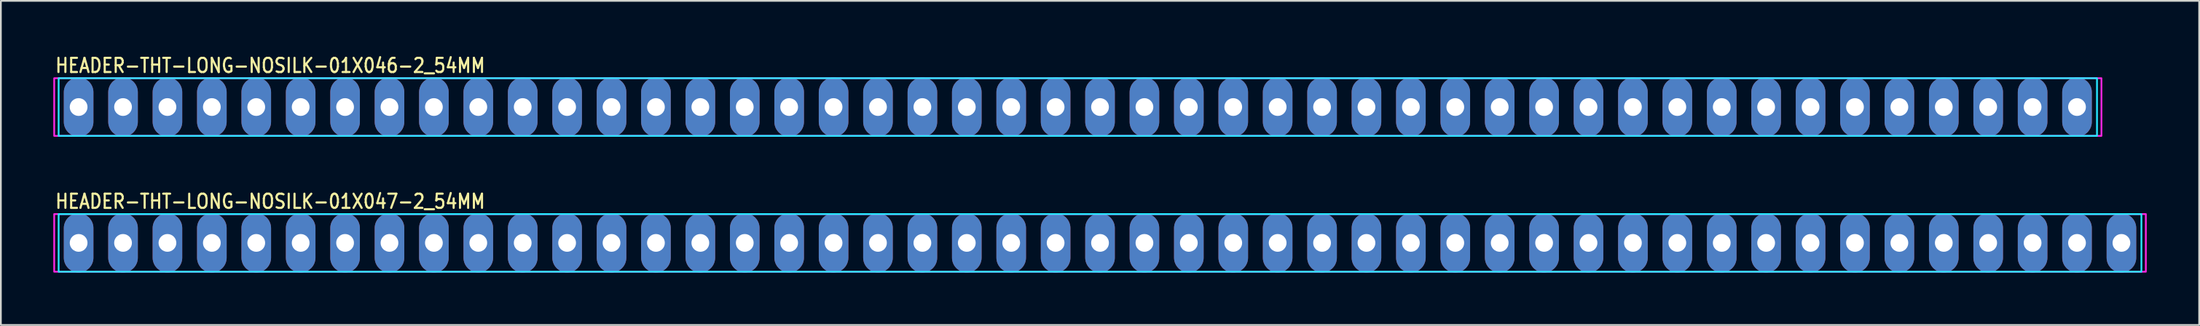
<source format=kicad_pcb>
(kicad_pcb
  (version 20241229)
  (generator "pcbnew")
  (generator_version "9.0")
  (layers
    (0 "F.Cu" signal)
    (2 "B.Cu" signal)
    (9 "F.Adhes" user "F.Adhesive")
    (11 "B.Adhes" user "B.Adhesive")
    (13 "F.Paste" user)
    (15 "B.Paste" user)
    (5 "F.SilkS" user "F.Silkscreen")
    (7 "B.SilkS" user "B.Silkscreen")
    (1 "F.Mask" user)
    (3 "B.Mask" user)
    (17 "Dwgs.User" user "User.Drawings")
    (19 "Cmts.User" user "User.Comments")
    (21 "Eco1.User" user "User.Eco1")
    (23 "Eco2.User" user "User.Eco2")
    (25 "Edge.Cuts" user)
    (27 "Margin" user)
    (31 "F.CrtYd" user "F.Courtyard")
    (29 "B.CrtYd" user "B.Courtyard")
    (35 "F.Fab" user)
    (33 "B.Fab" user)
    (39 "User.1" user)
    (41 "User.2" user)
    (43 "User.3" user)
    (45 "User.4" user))
  (footprint "HEADER-THT-LONG-NOSILK-01X046-2_54MM"
    (layer "F.Cu")
    (at 1.447 3.079)
    (property "Reference" "HEADER-THT-LONG-NOSILK-01X046-2_54MM" (at -1.4 -1.9 0) (unlocked yes) (layer "F.SilkS") (effects (font (size 0.813 0.695) (thickness 0.122)) (justify left bottom)))
    (fp_poly (pts (xy -1.143 -1.651) (xy 115.443 -1.651) (xy 115.443 1.651) (xy -1.143 1.651)) (stroke (width 0.1) (type solid)) (fill no) (layer "B.CrtYd"))
    (fp_poly (pts (xy -1.397 -1.651) (xy 115.697 -1.651) (xy 115.697 1.651) (xy -1.397 1.651)) (stroke (width 0.1) (type solid)) (fill no) (layer "F.CrtYd"))
    (pad "1" thru_hole oval (at 0 0 90) (size 3.387 1.693) (drill 1.016) (layers "*.Cu" "*.Mask"))
    (pad "2" thru_hole oval (at 2.54 0 90) (size 3.387 1.693) (drill 1.016) (layers "*.Cu" "*.Mask"))
    (pad "3" thru_hole oval (at 5.08 0 90) (size 3.387 1.693) (drill 1.016) (layers "*.Cu" "*.Mask"))
    (pad "4" thru_hole oval (at 7.62 0 90) (size 3.387 1.693) (drill 1.016) (layers "*.Cu" "*.Mask"))
    (pad "5" thru_hole oval (at 10.16 0 90) (size 3.387 1.693) (drill 1.016) (layers "*.Cu" "*.Mask"))
    (pad "6" thru_hole oval (at 12.7 0 90) (size 3.387 1.693) (drill 1.016) (layers "*.Cu" "*.Mask"))
    (pad "7" thru_hole oval (at 15.24 0 90) (size 3.387 1.693) (drill 1.016) (layers "*.Cu" "*.Mask"))
    (pad "8" thru_hole oval (at 17.78 0 90) (size 3.387 1.693) (drill 1.016) (layers "*.Cu" "*.Mask"))
    (pad "9" thru_hole oval (at 20.32 0 90) (size 3.387 1.693) (drill 1.016) (layers "*.Cu" "*.Mask"))
    (pad "10" thru_hole oval (at 22.86 0 90) (size 3.387 1.693) (drill 1.016) (layers "*.Cu" "*.Mask"))
    (pad "11" thru_hole oval (at 25.4 0 90) (size 3.387 1.693) (drill 1.016) (layers "*.Cu" "*.Mask"))
    (pad "12" thru_hole oval (at 27.94 0 90) (size 3.387 1.693) (drill 1.016) (layers "*.Cu" "*.Mask"))
    (pad "13" thru_hole oval (at 30.48 0 90) (size 3.387 1.693) (drill 1.016) (layers "*.Cu" "*.Mask"))
    (pad "14" thru_hole oval (at 33.02 0 90) (size 3.387 1.693) (drill 1.016) (layers "*.Cu" "*.Mask"))
    (pad "15" thru_hole oval (at 35.56 0 90) (size 3.387 1.693) (drill 1.016) (layers "*.Cu" "*.Mask"))
    (pad "16" thru_hole oval (at 38.1 0 90) (size 3.387 1.693) (drill 1.016) (layers "*.Cu" "*.Mask"))
    (pad "17" thru_hole oval (at 40.64 0 90) (size 3.387 1.693) (drill 1.016) (layers "*.Cu" "*.Mask"))
    (pad "18" thru_hole oval (at 43.18 0 90) (size 3.387 1.693) (drill 1.016) (layers "*.Cu" "*.Mask"))
    (pad "19" thru_hole oval (at 45.72 0 90) (size 3.387 1.693) (drill 1.016) (layers "*.Cu" "*.Mask"))
    (pad "20" thru_hole oval (at 48.26 0 90) (size 3.387 1.693) (drill 1.016) (layers "*.Cu" "*.Mask"))
    (pad "21" thru_hole oval (at 50.8 0 90) (size 3.387 1.693) (drill 1.016) (layers "*.Cu" "*.Mask"))
    (pad "22" thru_hole oval (at 53.34 0 90) (size 3.387 1.693) (drill 1.016) (layers "*.Cu" "*.Mask"))
    (pad "23" thru_hole oval (at 55.88 0 90) (size 3.387 1.693) (drill 1.016) (layers "*.Cu" "*.Mask"))
    (pad "24" thru_hole oval (at 58.42 0 90) (size 3.387 1.693) (drill 1.016) (layers "*.Cu" "*.Mask"))
    (pad "25" thru_hole oval (at 60.96 0 90) (size 3.387 1.693) (drill 1.016) (layers "*.Cu" "*.Mask"))
    (pad "26" thru_hole oval (at 63.5 0 90) (size 3.387 1.693) (drill 1.016) (layers "*.Cu" "*.Mask"))
    (pad "27" thru_hole oval (at 66.04 0 90) (size 3.387 1.693) (drill 1.016) (layers "*.Cu" "*.Mask"))
    (pad "28" thru_hole oval (at 68.58 0 90) (size 3.387 1.693) (drill 1.016) (layers "*.Cu" "*.Mask"))
    (pad "29" thru_hole oval (at 71.12 0 90) (size 3.387 1.693) (drill 1.016) (layers "*.Cu" "*.Mask"))
    (pad "30" thru_hole oval (at 73.66 0 90) (size 3.387 1.693) (drill 1.016) (layers "*.Cu" "*.Mask"))
    (pad "31" thru_hole oval (at 76.2 0 90) (size 3.387 1.693) (drill 1.016) (layers "*.Cu" "*.Mask"))
    (pad "32" thru_hole oval (at 78.74 0 90) (size 3.387 1.693) (drill 1.016) (layers "*.Cu" "*.Mask"))
    (pad "33" thru_hole oval (at 81.28 0 90) (size 3.387 1.693) (drill 1.016) (layers "*.Cu" "*.Mask"))
    (pad "34" thru_hole oval (at 83.82 0 90) (size 3.387 1.693) (drill 1.016) (layers "*.Cu" "*.Mask"))
    (pad "35" thru_hole oval (at 86.36 0 90) (size 3.387 1.693) (drill 1.016) (layers "*.Cu" "*.Mask"))
    (pad "36" thru_hole oval (at 88.9 0 90) (size 3.387 1.693) (drill 1.016) (layers "*.Cu" "*.Mask"))
    (pad "37" thru_hole oval (at 91.44 0 90) (size 3.387 1.693) (drill 1.016) (layers "*.Cu" "*.Mask"))
    (pad "38" thru_hole oval (at 93.98 0 90) (size 3.387 1.693) (drill 1.016) (layers "*.Cu" "*.Mask"))
    (pad "39" thru_hole oval (at 96.52 0 90) (size 3.387 1.693) (drill 1.016) (layers "*.Cu" "*.Mask"))
    (pad "40" thru_hole oval (at 99.06 0 90) (size 3.387 1.693) (drill 1.016) (layers "*.Cu" "*.Mask"))
    (pad "41" thru_hole oval (at 101.6 0 90) (size 3.387 1.693) (drill 1.016) (layers "*.Cu" "*.Mask"))
    (pad "42" thru_hole oval (at 104.14 0 90) (size 3.387 1.693) (drill 1.016) (layers "*.Cu" "*.Mask"))
    (pad "43" thru_hole oval (at 106.68 0 90) (size 3.387 1.693) (drill 1.016) (layers "*.Cu" "*.Mask"))
    (pad "44" thru_hole oval (at 109.22 0 90) (size 3.387 1.693) (drill 1.016) (layers "*.Cu" "*.Mask"))
    (pad "45" thru_hole oval (at 111.76 0 90) (size 3.387 1.693) (drill 1.016) (layers "*.Cu" "*.Mask"))
    (pad "46" thru_hole oval (at 114.3 0 90) (size 3.387 1.693) (drill 1.016) (layers "*.Cu" "*.Mask")))
  (footprint "HEADER-THT-LONG-NOSILK-01X047-2_54MM"
    (layer "F.Cu")
    (at 1.447 10.858)
    (property "Reference" "HEADER-THT-LONG-NOSILK-01X047-2_54MM" (at -1.4 -1.9 0) (unlocked yes) (layer "F.SilkS") (effects (font (size 0.813 0.695) (thickness 0.122)) (justify left bottom)))
    (fp_poly (pts (xy -1.143 -1.651) (xy 117.983 -1.651) (xy 117.983 1.651) (xy -1.143 1.651)) (stroke (width 0.1) (type solid)) (fill no) (layer "B.CrtYd"))
    (fp_poly (pts (xy -1.397 -1.651) (xy 118.237 -1.651) (xy 118.237 1.651) (xy -1.397 1.651)) (stroke (width 0.1) (type solid)) (fill no) (layer "F.CrtYd"))
    (pad "1" thru_hole oval (at 0 0 90) (size 3.387 1.693) (drill 1.016) (layers "*.Cu" "*.Mask"))
    (pad "2" thru_hole oval (at 2.54 0 90) (size 3.387 1.693) (drill 1.016) (layers "*.Cu" "*.Mask"))
    (pad "3" thru_hole oval (at 5.08 0 90) (size 3.387 1.693) (drill 1.016) (layers "*.Cu" "*.Mask"))
    (pad "4" thru_hole oval (at 7.62 0 90) (size 3.387 1.693) (drill 1.016) (layers "*.Cu" "*.Mask"))
    (pad "5" thru_hole oval (at 10.16 0 90) (size 3.387 1.693) (drill 1.016) (layers "*.Cu" "*.Mask"))
    (pad "6" thru_hole oval (at 12.7 0 90) (size 3.387 1.693) (drill 1.016) (layers "*.Cu" "*.Mask"))
    (pad "7" thru_hole oval (at 15.24 0 90) (size 3.387 1.693) (drill 1.016) (layers "*.Cu" "*.Mask"))
    (pad "8" thru_hole oval (at 17.78 0 90) (size 3.387 1.693) (drill 1.016) (layers "*.Cu" "*.Mask"))
    (pad "9" thru_hole oval (at 20.32 0 90) (size 3.387 1.693) (drill 1.016) (layers "*.Cu" "*.Mask"))
    (pad "10" thru_hole oval (at 22.86 0 90) (size 3.387 1.693) (drill 1.016) (layers "*.Cu" "*.Mask"))
    (pad "11" thru_hole oval (at 25.4 0 90) (size 3.387 1.693) (drill 1.016) (layers "*.Cu" "*.Mask"))
    (pad "12" thru_hole oval (at 27.94 0 90) (size 3.387 1.693) (drill 1.016) (layers "*.Cu" "*.Mask"))
    (pad "13" thru_hole oval (at 30.48 0 90) (size 3.387 1.693) (drill 1.016) (layers "*.Cu" "*.Mask"))
    (pad "14" thru_hole oval (at 33.02 0 90) (size 3.387 1.693) (drill 1.016) (layers "*.Cu" "*.Mask"))
    (pad "15" thru_hole oval (at 35.56 0 90) (size 3.387 1.693) (drill 1.016) (layers "*.Cu" "*.Mask"))
    (pad "16" thru_hole oval (at 38.1 0 90) (size 3.387 1.693) (drill 1.016) (layers "*.Cu" "*.Mask"))
    (pad "17" thru_hole oval (at 40.64 0 90) (size 3.387 1.693) (drill 1.016) (layers "*.Cu" "*.Mask"))
    (pad "18" thru_hole oval (at 43.18 0 90) (size 3.387 1.693) (drill 1.016) (layers "*.Cu" "*.Mask"))
    (pad "19" thru_hole oval (at 45.72 0 90) (size 3.387 1.693) (drill 1.016) (layers "*.Cu" "*.Mask"))
    (pad "20" thru_hole oval (at 48.26 0 90) (size 3.387 1.693) (drill 1.016) (layers "*.Cu" "*.Mask"))
    (pad "21" thru_hole oval (at 50.8 0 90) (size 3.387 1.693) (drill 1.016) (layers "*.Cu" "*.Mask"))
    (pad "22" thru_hole oval (at 53.34 0 90) (size 3.387 1.693) (drill 1.016) (layers "*.Cu" "*.Mask"))
    (pad "23" thru_hole oval (at 55.88 0 90) (size 3.387 1.693) (drill 1.016) (layers "*.Cu" "*.Mask"))
    (pad "24" thru_hole oval (at 58.42 0 90) (size 3.387 1.693) (drill 1.016) (layers "*.Cu" "*.Mask"))
    (pad "25" thru_hole oval (at 60.96 0 90) (size 3.387 1.693) (drill 1.016) (layers "*.Cu" "*.Mask"))
    (pad "26" thru_hole oval (at 63.5 0 90) (size 3.387 1.693) (drill 1.016) (layers "*.Cu" "*.Mask"))
    (pad "27" thru_hole oval (at 66.04 0 90) (size 3.387 1.693) (drill 1.016) (layers "*.Cu" "*.Mask"))
    (pad "28" thru_hole oval (at 68.58 0 90) (size 3.387 1.693) (drill 1.016) (layers "*.Cu" "*.Mask"))
    (pad "29" thru_hole oval (at 71.12 0 90) (size 3.387 1.693) (drill 1.016) (layers "*.Cu" "*.Mask"))
    (pad "30" thru_hole oval (at 73.66 0 90) (size 3.387 1.693) (drill 1.016) (layers "*.Cu" "*.Mask"))
    (pad "31" thru_hole oval (at 76.2 0 90) (size 3.387 1.693) (drill 1.016) (layers "*.Cu" "*.Mask"))
    (pad "32" thru_hole oval (at 78.74 0 90) (size 3.387 1.693) (drill 1.016) (layers "*.Cu" "*.Mask"))
    (pad "33" thru_hole oval (at 81.28 0 90) (size 3.387 1.693) (drill 1.016) (layers "*.Cu" "*.Mask"))
    (pad "34" thru_hole oval (at 83.82 0 90) (size 3.387 1.693) (drill 1.016) (layers "*.Cu" "*.Mask"))
    (pad "35" thru_hole oval (at 86.36 0 90) (size 3.387 1.693) (drill 1.016) (layers "*.Cu" "*.Mask"))
    (pad "36" thru_hole oval (at 88.9 0 90) (size 3.387 1.693) (drill 1.016) (layers "*.Cu" "*.Mask"))
    (pad "37" thru_hole oval (at 91.44 0 90) (size 3.387 1.693) (drill 1.016) (layers "*.Cu" "*.Mask"))
    (pad "38" thru_hole oval (at 93.98 0 90) (size 3.387 1.693) (drill 1.016) (layers "*.Cu" "*.Mask"))
    (pad "39" thru_hole oval (at 96.52 0 90) (size 3.387 1.693) (drill 1.016) (layers "*.Cu" "*.Mask"))
    (pad "40" thru_hole oval (at 99.06 0 90) (size 3.387 1.693) (drill 1.016) (layers "*.Cu" "*.Mask"))
    (pad "41" thru_hole oval (at 101.6 0 90) (size 3.387 1.693) (drill 1.016) (layers "*.Cu" "*.Mask"))
    (pad "42" thru_hole oval (at 104.14 0 90) (size 3.387 1.693) (drill 1.016) (layers "*.Cu" "*.Mask"))
    (pad "43" thru_hole oval (at 106.68 0 90) (size 3.387 1.693) (drill 1.016) (layers "*.Cu" "*.Mask"))
    (pad "44" thru_hole oval (at 109.22 0 90) (size 3.387 1.693) (drill 1.016) (layers "*.Cu" "*.Mask"))
    (pad "45" thru_hole oval (at 111.76 0 90) (size 3.387 1.693) (drill 1.016) (layers "*.Cu" "*.Mask"))
    (pad "46" thru_hole oval (at 114.3 0 90) (size 3.387 1.693) (drill 1.016) (layers "*.Cu" "*.Mask"))
    (pad "47" thru_hole oval (at 116.84 0 90) (size 3.387 1.693) (drill 1.016) (layers "*.Cu" "*.Mask")))
  (gr_rect
    (start -3 -3)
    (end 122.734 15.559)
    (stroke (width 0.1) (type default))
    (fill no)
    (layer "Edge.Cuts")))
</source>
